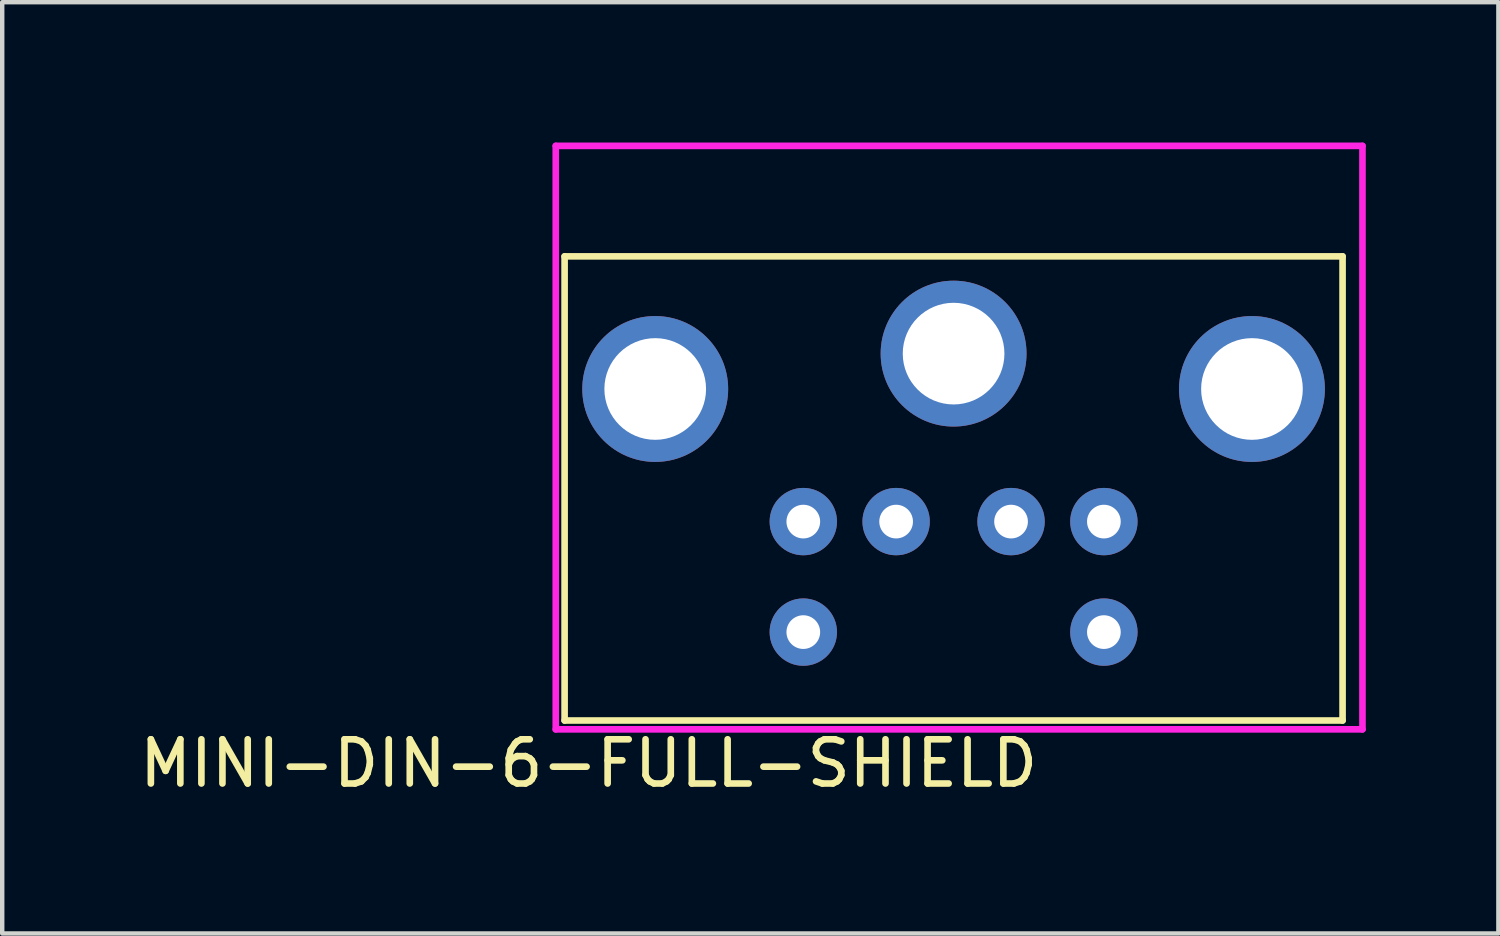
<source format=kicad_pcb>
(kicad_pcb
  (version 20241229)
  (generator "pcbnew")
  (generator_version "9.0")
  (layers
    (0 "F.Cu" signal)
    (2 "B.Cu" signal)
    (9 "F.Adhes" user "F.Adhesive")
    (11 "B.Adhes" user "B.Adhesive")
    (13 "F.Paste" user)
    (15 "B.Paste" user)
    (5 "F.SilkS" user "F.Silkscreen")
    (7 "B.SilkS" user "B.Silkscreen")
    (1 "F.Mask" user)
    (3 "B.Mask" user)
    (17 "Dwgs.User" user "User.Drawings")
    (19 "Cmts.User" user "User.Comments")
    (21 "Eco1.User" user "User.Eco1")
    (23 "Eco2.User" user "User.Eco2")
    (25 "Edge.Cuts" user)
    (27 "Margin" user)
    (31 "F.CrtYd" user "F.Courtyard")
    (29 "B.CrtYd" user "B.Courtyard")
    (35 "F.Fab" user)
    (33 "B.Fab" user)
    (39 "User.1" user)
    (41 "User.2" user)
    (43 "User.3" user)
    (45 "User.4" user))
  (footprint "MINI-DIN-6-FULL-SHIELD"
    (layer "F.Cu")
    (at 18.523 0.25)
    (property "Reference" "MINI-DIN-6-FULL-SHIELD" (at -8.255 13.97 0) (layer "F.SilkS") (effects (font (size 1 1) (thickness 0.15))))
    (attr through_hole)
    (fp_line (start -8.8 2.5) (end 8.8 2.5) (stroke (width 0.15) (type solid)) (layer "F.SilkS"))
    (fp_line (start -8.8 13) (end -8.8 2.5) (stroke (width 0.15) (type solid)) (layer "F.SilkS"))
    (fp_line (start 8.8 2.5) (end 8.8 13) (stroke (width 0.15) (type solid)) (layer "F.SilkS"))
    (fp_line (start 8.8 13) (end -8.8 13) (stroke (width 0.15) (type solid)) (layer "F.SilkS"))
    (fp_line (start -9 0) (end 9.25 0) (stroke (width 0.15) (type solid)) (layer "F.CrtYd"))
    (fp_line (start -9 13.2) (end -9 0) (stroke (width 0.15) (type solid)) (layer "F.CrtYd"))
    (fp_line (start 9.25 0) (end 9.25 13.2) (stroke (width 0.15) (type solid)) (layer "F.CrtYd"))
    (fp_line (start 9.25 13.2) (end -9 13.2) (stroke (width 0.15) (type solid)) (layer "F.CrtYd"))
    (pad "1" thru_hole circle (at -1.3 8.5) (size 1.524 1.524) (drill 0.762) (layers "*.Cu" "*.Mask"))
    (pad "2" thru_hole circle (at 1.3 8.5) (size 1.524 1.524) (drill 0.762) (layers "*.Cu" "*.Mask"))
    (pad "3" thru_hole circle (at -3.4 8.5) (size 1.524 1.524) (drill 0.762) (layers "*.Cu" "*.Mask"))
    (pad "4" thru_hole circle (at 3.4 8.5) (size 1.524 1.524) (drill 0.762) (layers "*.Cu" "*.Mask"))
    (pad "5" thru_hole circle (at -3.4 11) (size 1.524 1.524) (drill 0.762) (layers "*.Cu" "*.Mask"))
    (pad "6" thru_hole circle (at 3.4 11) (size 1.524 1.524) (drill 0.762) (layers "*.Cu" "*.Mask"))
    (pad "7" thru_hole circle (at -6.75 5.5) (size 3.3 3.3) (drill 2.3) (layers "*.Cu" "*.Mask"))
    (pad "7" thru_hole circle (at 0 4.7) (size 3.3 3.3) (drill 2.3) (layers "*.Cu" "*.Mask"))
    (pad "7" thru_hole circle (at 6.75 5.5) (size 3.3 3.3) (drill 2.3) (layers "*.Cu" "*.Mask")))
  (gr_rect
    (start -3 -3)
    (end 30.848 18.068)
    (stroke (width 0.1) (type default))
    (fill no)
    (layer "Edge.Cuts")))
</source>
